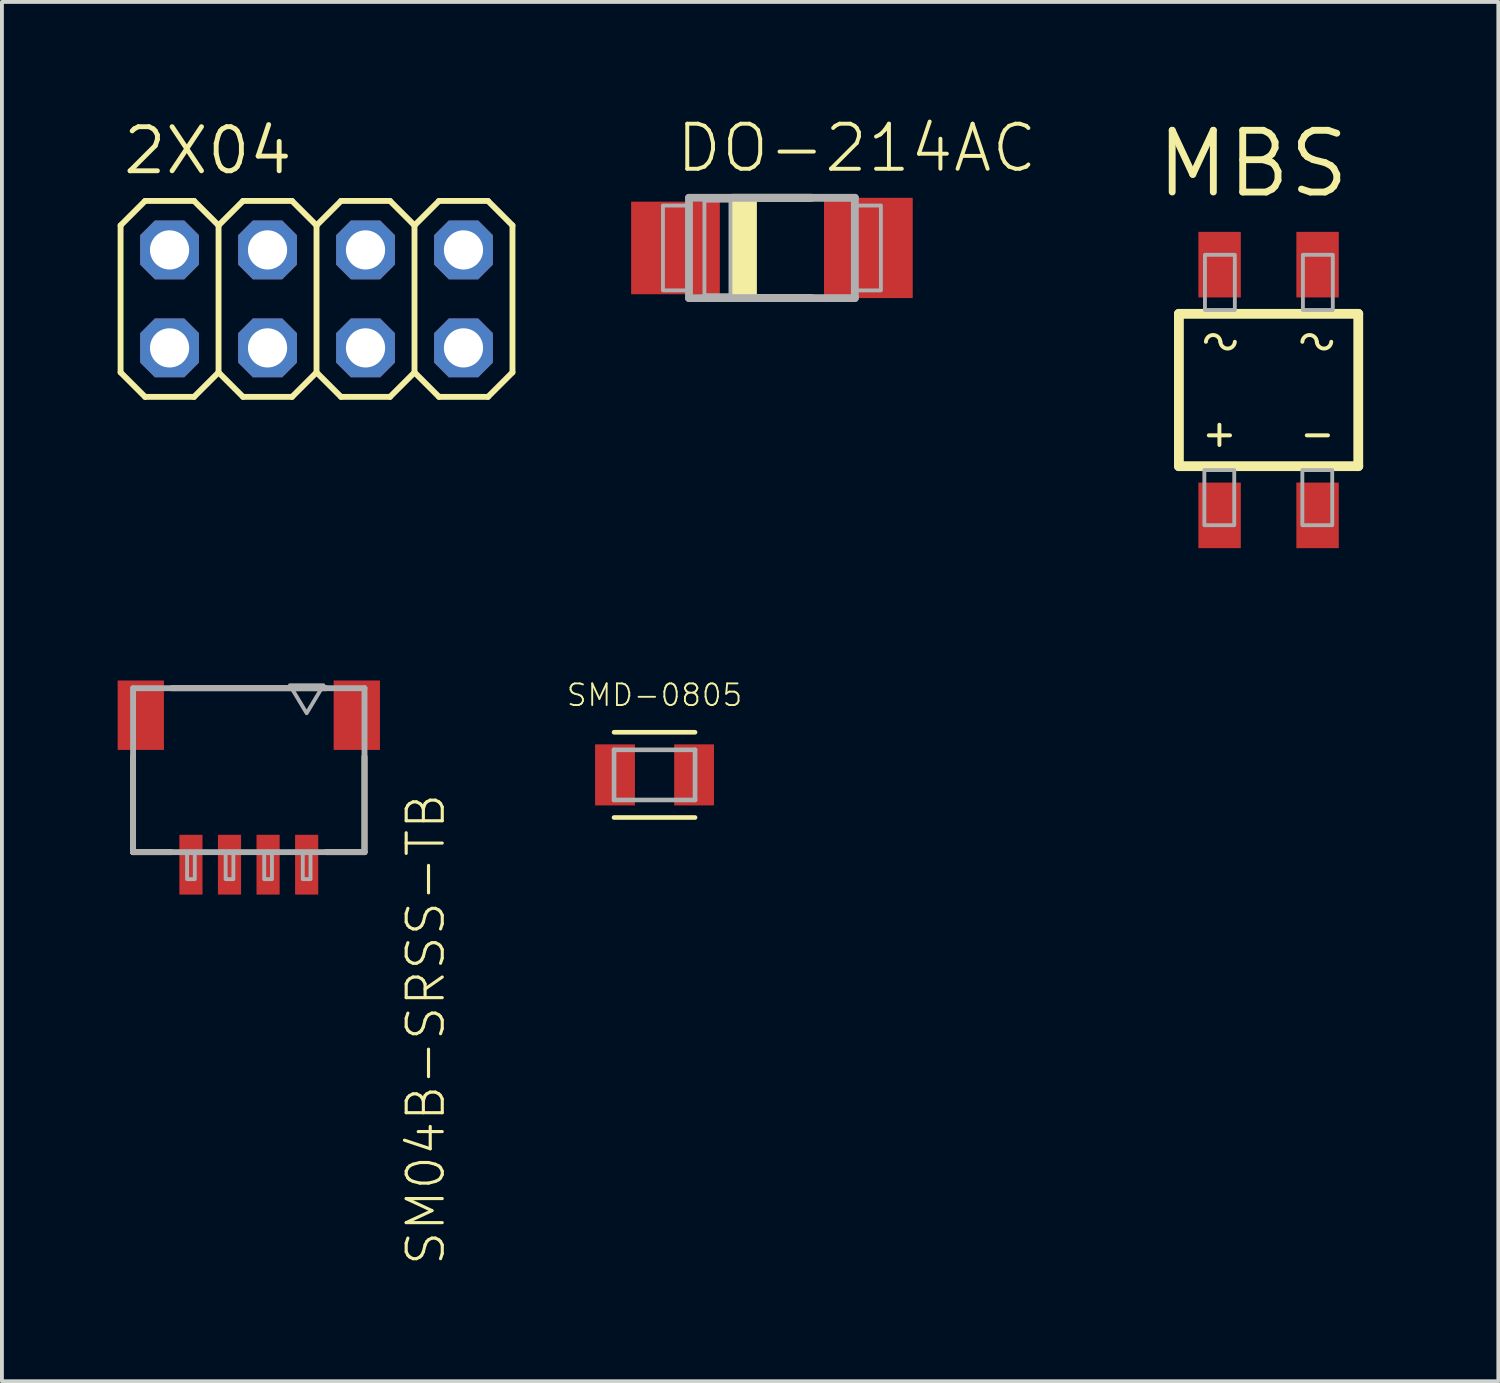
<source format=kicad_pcb>
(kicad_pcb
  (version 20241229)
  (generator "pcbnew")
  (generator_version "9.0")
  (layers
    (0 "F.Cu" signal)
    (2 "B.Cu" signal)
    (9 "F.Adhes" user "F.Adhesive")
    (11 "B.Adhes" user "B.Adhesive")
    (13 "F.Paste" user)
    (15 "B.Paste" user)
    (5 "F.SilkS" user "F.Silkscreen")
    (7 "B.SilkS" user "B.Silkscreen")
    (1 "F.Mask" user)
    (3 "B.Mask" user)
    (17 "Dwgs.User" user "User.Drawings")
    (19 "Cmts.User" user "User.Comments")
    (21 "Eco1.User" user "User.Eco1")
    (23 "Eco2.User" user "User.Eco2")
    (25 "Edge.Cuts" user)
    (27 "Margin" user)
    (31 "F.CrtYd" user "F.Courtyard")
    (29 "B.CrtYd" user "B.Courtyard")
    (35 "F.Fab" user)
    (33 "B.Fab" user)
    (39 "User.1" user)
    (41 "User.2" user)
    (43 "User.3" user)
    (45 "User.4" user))
  (footprint "SM04B-SRSS-TB"
    (layer "F.Cu")
    (at 3.4 19.367)
    (property "Reference" "SM04B-SRSS-TB" (at 4.04 -1.905 90) (layer "F.SilkS") (effects (font (size 0.935 0.935) (thickness 0.081)) (justify right top)))
    (fp_line (start -3 -0.325) (end -3 -2.8) (stroke (width 0.152) (type solid)) (layer "F.SilkS"))
    (fp_line (start -2 -4.575) (end 2 -4.575) (stroke (width 0.152) (type solid)) (layer "F.SilkS"))
    (fp_line (start -2 -0.325) (end -3 -0.325) (stroke (width 0.152) (type solid)) (layer "F.SilkS"))
    (fp_line (start 3 -2.8) (end 3 -0.325) (stroke (width 0.152) (type solid)) (layer "F.SilkS"))
    (fp_line (start 3 -0.325) (end 2 -0.325) (stroke (width 0.152) (type solid)) (layer "F.SilkS"))
    (fp_line (start -3 -4.575) (end 3 -4.575) (stroke (width 0.152) (type solid)) (layer "F.Fab"))
    (fp_line (start -3 -0.325) (end -3 -4.575) (stroke (width 0.152) (type solid)) (layer "F.Fab"))
    (fp_line (start 3 -4.575) (end 3 -0.325) (stroke (width 0.152) (type solid)) (layer "F.Fab"))
    (fp_line (start 3 -0.325) (end -3 -0.325) (stroke (width 0.152) (type solid)) (layer "F.Fab"))
    (fp_poly (pts (xy 1.5 -3.927) (xy 1.065 -4.651) (xy 1.935 -4.651)) (stroke (width 0.1) (type solid)) (fill no) (layer "F.Fab"))
    (fp_poly (pts (xy -1.6 0.375) (xy -1.4 0.375) (xy -1.4 -0.325) (xy -1.6 -0.325)) (stroke (width 0.1) (type solid)) (fill no) (layer "F.Fab"))
    (fp_poly (pts (xy -0.6 0.375) (xy -0.4 0.375) (xy -0.4 -0.325) (xy -0.6 -0.325)) (stroke (width 0.1) (type solid)) (fill no) (layer "F.Fab"))
    (fp_poly (pts (xy 0.4 0.375) (xy 0.6 0.375) (xy 0.6 -0.325) (xy 0.4 -0.325)) (stroke (width 0.1) (type solid)) (fill no) (layer "F.Fab"))
    (fp_poly (pts (xy 1.4 0.375) (xy 1.6 0.375) (xy 1.6 -0.325) (xy 1.4 -0.325)) (stroke (width 0.1) (type solid)) (fill no) (layer "F.Fab"))
    (pad "1" smd rect (at 1.5 0) (size 0.6 1.55) (layers "F.Cu" "F.Mask" "F.Paste"))
    (pad "2" smd rect (at 0.5 0) (size 0.6 1.55) (layers "F.Cu" "F.Mask" "F.Paste"))
    (pad "3" smd rect (at -0.5 0) (size 0.6 1.55) (layers "F.Cu" "F.Mask" "F.Paste"))
    (pad "4" smd rect (at -1.5 0) (size 0.6 1.55) (layers "F.Cu" "F.Mask" "F.Paste"))
    (pad "M1" smd rect (at 2.8 -3.875) (size 1.2 1.8) (layers "F.Cu" "F.Mask" "F.Paste"))
    (pad "M2" smd rect (at -2.8 -3.875) (size 1.2 1.8) (layers "F.Cu" "F.Mask" "F.Paste")))
  (footprint "SMD-0805"
    (layer "F.Cu")
    (at 13.919 17.039)
    (property "Reference" "SMD-0805" (at 0 -1.74 0) (layer "F.SilkS") (effects (font (size 0.561 0.561) (thickness 0.049)) (justify bottom)))
    (fp_line (start 1.05 -1.105) (end -1.05 -1.105) (stroke (width 0.12) (type solid)) (layer "F.SilkS"))
    (fp_line (start 1.05 1.105) (end -1.05 1.105) (stroke (width 0.12) (type solid)) (layer "F.SilkS"))
    (fp_line (start -1.05 -0.65) (end 1.05 -0.65) (stroke (width 0.12) (type solid)) (layer "F.Fab"))
    (fp_line (start -1.05 0.65) (end -1.05 -0.65) (stroke (width 0.12) (type solid)) (layer "F.Fab"))
    (fp_line (start 1.05 -0.65) (end 1.05 0.65) (stroke (width 0.12) (type solid)) (layer "F.Fab"))
    (fp_line (start 1.05 0.65) (end -1.05 0.65) (stroke (width 0.12) (type solid)) (layer "F.Fab"))
    (pad "1" smd rect (at -1.025 0) (size 1.033 1.583) (layers "F.Cu" "F.Mask" "F.Paste"))
    (pad "2" smd rect (at 1.025 0) (size 1.033 1.583) (layers "F.Cu" "F.Mask" "F.Paste")))
  (footprint "2X04"
    (layer "F.Cu")
    (at 5.156 4.699)
    (property "Reference" "2X04" (at -5.08 -3.175 0) (layer "F.SilkS") (effects (font (size 1.143 1.143) (thickness 0.127)) (justify left bottom)))
    (fp_line (start -5.08 -1.905) (end -4.445 -2.54) (stroke (width 0.152) (type solid)) (layer "F.SilkS"))
    (fp_line (start -5.08 1.905) (end -5.08 -1.905) (stroke (width 0.152) (type solid)) (layer "F.SilkS"))
    (fp_line (start -5.08 1.905) (end -4.445 2.54) (stroke (width 0.152) (type solid)) (layer "F.SilkS"))
    (fp_line (start -4.445 -2.54) (end -3.175 -2.54) (stroke (width 0.152) (type solid)) (layer "F.SilkS"))
    (fp_line (start -4.445 2.54) (end -3.175 2.54) (stroke (width 0.152) (type solid)) (layer "F.SilkS"))
    (fp_line (start -3.175 -2.54) (end -2.54 -1.905) (stroke (width 0.152) (type solid)) (layer "F.SilkS"))
    (fp_line (start -3.175 2.54) (end -2.54 1.905) (stroke (width 0.152) (type solid)) (layer "F.SilkS"))
    (fp_line (start -2.54 -1.905) (end -2.54 1.905) (stroke (width 0.152) (type solid)) (layer "F.SilkS"))
    (fp_line (start -2.54 -1.905) (end -1.905 -2.54) (stroke (width 0.152) (type solid)) (layer "F.SilkS"))
    (fp_line (start -2.54 1.905) (end -1.905 2.54) (stroke (width 0.152) (type solid)) (layer "F.SilkS"))
    (fp_line (start -1.905 -2.54) (end -0.635 -2.54) (stroke (width 0.152) (type solid)) (layer "F.SilkS"))
    (fp_line (start -1.905 2.54) (end -0.635 2.54) (stroke (width 0.152) (type solid)) (layer "F.SilkS"))
    (fp_line (start -0.635 -2.54) (end 0 -1.905) (stroke (width 0.152) (type solid)) (layer "F.SilkS"))
    (fp_line (start -0.635 2.54) (end 0 1.905) (stroke (width 0.152) (type solid)) (layer "F.SilkS"))
    (fp_line (start 0 -1.905) (end 0 1.905) (stroke (width 0.152) (type solid)) (layer "F.SilkS"))
    (fp_line (start 0 -1.905) (end 0.635 -2.54) (stroke (width 0.152) (type solid)) (layer "F.SilkS"))
    (fp_line (start 0 1.905) (end 0.635 2.54) (stroke (width 0.152) (type solid)) (layer "F.SilkS"))
    (fp_line (start 0.635 -2.54) (end 1.905 -2.54) (stroke (width 0.152) (type solid)) (layer "F.SilkS"))
    (fp_line (start 0.635 2.54) (end 1.905 2.54) (stroke (width 0.152) (type solid)) (layer "F.SilkS"))
    (fp_line (start 1.905 -2.54) (end 2.54 -1.905) (stroke (width 0.152) (type solid)) (layer "F.SilkS"))
    (fp_line (start 1.905 2.54) (end 2.54 1.905) (stroke (width 0.152) (type solid)) (layer "F.SilkS"))
    (fp_line (start 2.54 -1.905) (end 2.54 1.905) (stroke (width 0.152) (type solid)) (layer "F.SilkS"))
    (fp_line (start 2.54 -1.905) (end 3.175 -2.54) (stroke (width 0.152) (type solid)) (layer "F.SilkS"))
    (fp_line (start 2.54 1.905) (end 3.175 2.54) (stroke (width 0.152) (type solid)) (layer "F.SilkS"))
    (fp_line (start 3.175 -2.54) (end 4.445 -2.54) (stroke (width 0.152) (type solid)) (layer "F.SilkS"))
    (fp_line (start 3.175 2.54) (end 4.445 2.54) (stroke (width 0.152) (type solid)) (layer "F.SilkS"))
    (fp_line (start 4.445 -2.54) (end 5.08 -1.905) (stroke (width 0.152) (type solid)) (layer "F.SilkS"))
    (fp_line (start 4.445 2.54) (end 5.08 1.905) (stroke (width 0.152) (type solid)) (layer "F.SilkS"))
    (fp_line (start 5.08 -1.905) (end 5.08 1.905) (stroke (width 0.152) (type solid)) (layer "F.SilkS"))
    (fp_poly (pts (xy -4.064 -1.016) (xy -3.556 -1.016) (xy -3.556 -1.524) (xy -4.064 -1.524)) (stroke (width 0.1) (type solid)) (fill no) (layer "F.Fab"))
    (fp_poly (pts (xy -4.064 1.524) (xy -3.556 1.524) (xy -3.556 1.016) (xy -4.064 1.016)) (stroke (width 0.1) (type solid)) (fill no) (layer "F.Fab"))
    (fp_poly (pts (xy -1.524 -1.016) (xy -1.016 -1.016) (xy -1.016 -1.524) (xy -1.524 -1.524)) (stroke (width 0.1) (type solid)) (fill no) (layer "F.Fab"))
    (fp_poly (pts (xy -1.524 1.524) (xy -1.016 1.524) (xy -1.016 1.016) (xy -1.524 1.016)) (stroke (width 0.1) (type solid)) (fill no) (layer "F.Fab"))
    (fp_poly (pts (xy 1.016 -1.016) (xy 1.524 -1.016) (xy 1.524 -1.524) (xy 1.016 -1.524)) (stroke (width 0.1) (type solid)) (fill no) (layer "F.Fab"))
    (fp_poly (pts (xy 1.016 1.524) (xy 1.524 1.524) (xy 1.524 1.016) (xy 1.016 1.016)) (stroke (width 0.1) (type solid)) (fill no) (layer "F.Fab"))
    (fp_poly (pts (xy 3.556 -1.016) (xy 4.064 -1.016) (xy 4.064 -1.524) (xy 3.556 -1.524)) (stroke (width 0.1) (type solid)) (fill no) (layer "F.Fab"))
    (fp_poly (pts (xy 3.556 1.524) (xy 4.064 1.524) (xy 4.064 1.016) (xy 3.556 1.016)) (stroke (width 0.1) (type solid)) (fill no) (layer "F.Fab"))
    (pad "1" thru_hole roundrect (at -3.81 1.27) (size 1.524 1.524) (drill 1.016) (layers "*.Cu" "*.Mask") (roundrect_rratio 0.25) (chamfer_ratio 0.25) (chamfer top_left top_right bottom_left bottom_right))
    (pad "2" thru_hole roundrect (at -3.81 -1.27) (size 1.524 1.524) (drill 1.016) (layers "*.Cu" "*.Mask") (roundrect_rratio 0.25) (chamfer_ratio 0.25) (chamfer top_left top_right bottom_left bottom_right))
    (pad "3" thru_hole roundrect (at -1.27 1.27) (size 1.524 1.524) (drill 1.016) (layers "*.Cu" "*.Mask") (roundrect_rratio 0.25) (chamfer_ratio 0.25) (chamfer top_left top_right bottom_left bottom_right))
    (pad "4" thru_hole roundrect (at -1.27 -1.27) (size 1.524 1.524) (drill 1.016) (layers "*.Cu" "*.Mask") (roundrect_rratio 0.25) (chamfer_ratio 0.25) (chamfer top_left top_right bottom_left bottom_right))
    (pad "5" thru_hole roundrect (at 1.27 1.27) (size 1.524 1.524) (drill 1.016) (layers "*.Cu" "*.Mask") (roundrect_rratio 0.25) (chamfer_ratio 0.25) (chamfer top_left top_right bottom_left bottom_right))
    (pad "6" thru_hole roundrect (at 1.27 -1.27) (size 1.524 1.524) (drill 1.016) (layers "*.Cu" "*.Mask") (roundrect_rratio 0.25) (chamfer_ratio 0.25) (chamfer top_left top_right bottom_left bottom_right))
    (pad "7" thru_hole roundrect (at 3.81 1.27) (size 1.524 1.524) (drill 1.016) (layers "*.Cu" "*.Mask") (roundrect_rratio 0.25) (chamfer_ratio 0.25) (chamfer top_left top_right bottom_left bottom_right))
    (pad "8" thru_hole roundrect (at 3.81 -1.27) (size 1.524 1.524) (drill 1.016) (layers "*.Cu" "*.Mask") (roundrect_rratio 0.25) (chamfer_ratio 0.25) (chamfer top_left top_right bottom_left bottom_right)))
  (footprint "MBS"
    (layer "F.Cu")
    (at 29.838 7.061)
    (property "Reference" "MBS" (at -2.997 -4.928 0) (layer "F.SilkS") (effects (font (size 1.6 1.6) (thickness 0.178)) (justify left bottom)))
    (fp_line (start -2.325 -1.975) (end 2.325 -1.975) (stroke (width 0.254) (type solid)) (layer "F.SilkS"))
    (fp_line (start -2.325 1.975) (end -2.325 -1.975) (stroke (width 0.254) (type solid)) (layer "F.SilkS"))
    (fp_line (start -1.55 1.175) (end -1 1.175) (stroke (width 0.102) (type solid)) (layer "F.SilkS"))
    (fp_line (start -1.275 1.425) (end -1.275 0.9) (stroke (width 0.102) (type solid)) (layer "F.SilkS"))
    (fp_line (start 0.99 1.175) (end 1.54 1.175) (stroke (width 0.102) (type solid)) (layer "F.SilkS"))
    (fp_line (start 2.325 -1.975) (end 2.325 1.975) (stroke (width 0.254) (type solid)) (layer "F.SilkS"))
    (fp_line (start 2.325 1.975) (end -2.325 1.975) (stroke (width 0.254) (type solid)) (layer "F.SilkS"))
    (fp_arc (start -1.625 -1.249998) (mid -1.437501 -1.425415) (end -1.25 -1.25) (stroke (width 0.1016) (type solid)) (layer "F.SilkS"))
    (fp_arc (start -0.875 -1.25) (mid -1.0625 -1.074584) (end -1.25 -1.25) (stroke (width 0.1016) (type solid)) (layer "F.SilkS"))
    (fp_arc (start 0.875 -1.25) (mid 1.062501 -1.425415) (end 1.25 -1.249998) (stroke (width 0.1016) (type solid)) (layer "F.SilkS"))
    (fp_arc (start 1.625 -1.25) (mid 1.4375 -1.074584) (end 1.25 -1.25) (stroke (width 0.1016) (type solid)) (layer "F.SilkS"))
    (fp_rect (start -2.794 -4.521) (end 2.896 4.47) (stroke (width 0.12) (type solid)) (fill no) (layer "Margin"))
    (fp_poly (pts (xy -1.665 3.505) (xy -0.89 3.505) (xy -0.89 2.075) (xy -1.665 2.075)) (stroke (width 0.1) (type solid)) (fill no) (layer "F.Fab"))
    (fp_poly (pts (xy -0.875 -3.505) (xy -1.65 -3.505) (xy -1.65 -2.075) (xy -0.875 -2.075)) (stroke (width 0.1) (type solid)) (fill no) (layer "F.Fab"))
    (fp_poly (pts (xy 0.875 3.505) (xy 1.65 3.505) (xy 1.65 2.075) (xy 0.875 2.075)) (stroke (width 0.1) (type solid)) (fill no) (layer "F.Fab"))
    (fp_poly (pts (xy 1.665 -3.505) (xy 0.89 -3.505) (xy 0.89 -2.075) (xy 1.665 -2.075)) (stroke (width 0.1) (type solid)) (fill no) (layer "F.Fab"))
    (pad "+" smd rect (at -1.27 3.25) (size 1.1 1.7) (layers "F.Cu" "F.Mask" "F.Paste"))
    (pad "-" smd rect (at 1.27 3.25) (size 1.1 1.7) (layers "F.Cu" "F.Mask" "F.Paste"))
    (pad "AC1" smd rect (at -1.27 -3.25 180) (size 1.1 1.7) (layers "F.Cu" "F.Mask" "F.Paste"))
    (pad "AC2" smd rect (at 1.27 -3.25 180) (size 1.1 1.7) (layers "F.Cu" "F.Mask" "F.Paste")))
  (footprint "DO-214AC"
    (layer "F.Cu")
    (at 16.962 3.378)
    (property "Reference" "DO-214AC" (at -2.54 -1.905 0) (layer "F.SilkS") (effects (font (size 1.168 1.168) (thickness 0.102)) (justify left bottom)))
    (fp_line (start -1.035 -1.3) (end 1.025 -1.3) (stroke (width 0.203) (type solid)) (layer "F.SilkS"))
    (fp_line (start 1.025 1.3) (end -1.035 1.3) (stroke (width 0.203) (type solid)) (layer "F.SilkS"))
    (fp_poly (pts (xy -1.065 1.225) (xy -0.39 1.225) (xy -0.39 -1.225) (xy -1.065 -1.225)) (stroke (width 0) (type solid)) (fill yes) (layer "F.SilkS"))
    (fp_line (start -2.15 -1.3) (end 2.15 -1.3) (stroke (width 0.203) (type solid)) (layer "F.Fab"))
    (fp_line (start -2.15 1.3) (end -2.15 -1.3) (stroke (width 0.203) (type solid)) (layer "F.Fab"))
    (fp_line (start 2.15 -1.3) (end 2.15 1.3) (stroke (width 0.203) (type solid)) (layer "F.Fab"))
    (fp_line (start 2.15 1.3) (end -2.15 1.3) (stroke (width 0.203) (type solid)) (layer "F.Fab"))
    (fp_poly (pts (xy -2.825 1.1) (xy -2.175 1.1) (xy -2.175 -1.1) (xy -2.825 -1.1)) (stroke (width 0.1) (type solid)) (fill no) (layer "F.Fab"))
    (fp_poly (pts (xy -1.75 1.225) (xy -1.075 1.225) (xy -1.075 -1.225) (xy -1.75 -1.225)) (stroke (width 0.1) (type solid)) (fill no) (layer "F.Fab"))
    (fp_poly (pts (xy 2.825 -1.1) (xy 2.175 -1.1) (xy 2.175 1.1) (xy 2.825 1.1)) (stroke (width 0.1) (type solid)) (fill no) (layer "F.Fab"))
    (pad "A" smd rect (at 2.5 0 180) (size 2.3 2.6) (layers "F.Cu" "F.Mask" "F.Paste"))
    (pad "C" smd rect (at -2.5 0) (size 2.3 2.4) (layers "F.Cu" "F.Mask" "F.Paste")))
  (gr_rect
    (start -3 -3)
    (end 35.794 32.759)
    (stroke (width 0.1) (type default))
    (fill no)
    (layer "Edge.Cuts")))
</source>
